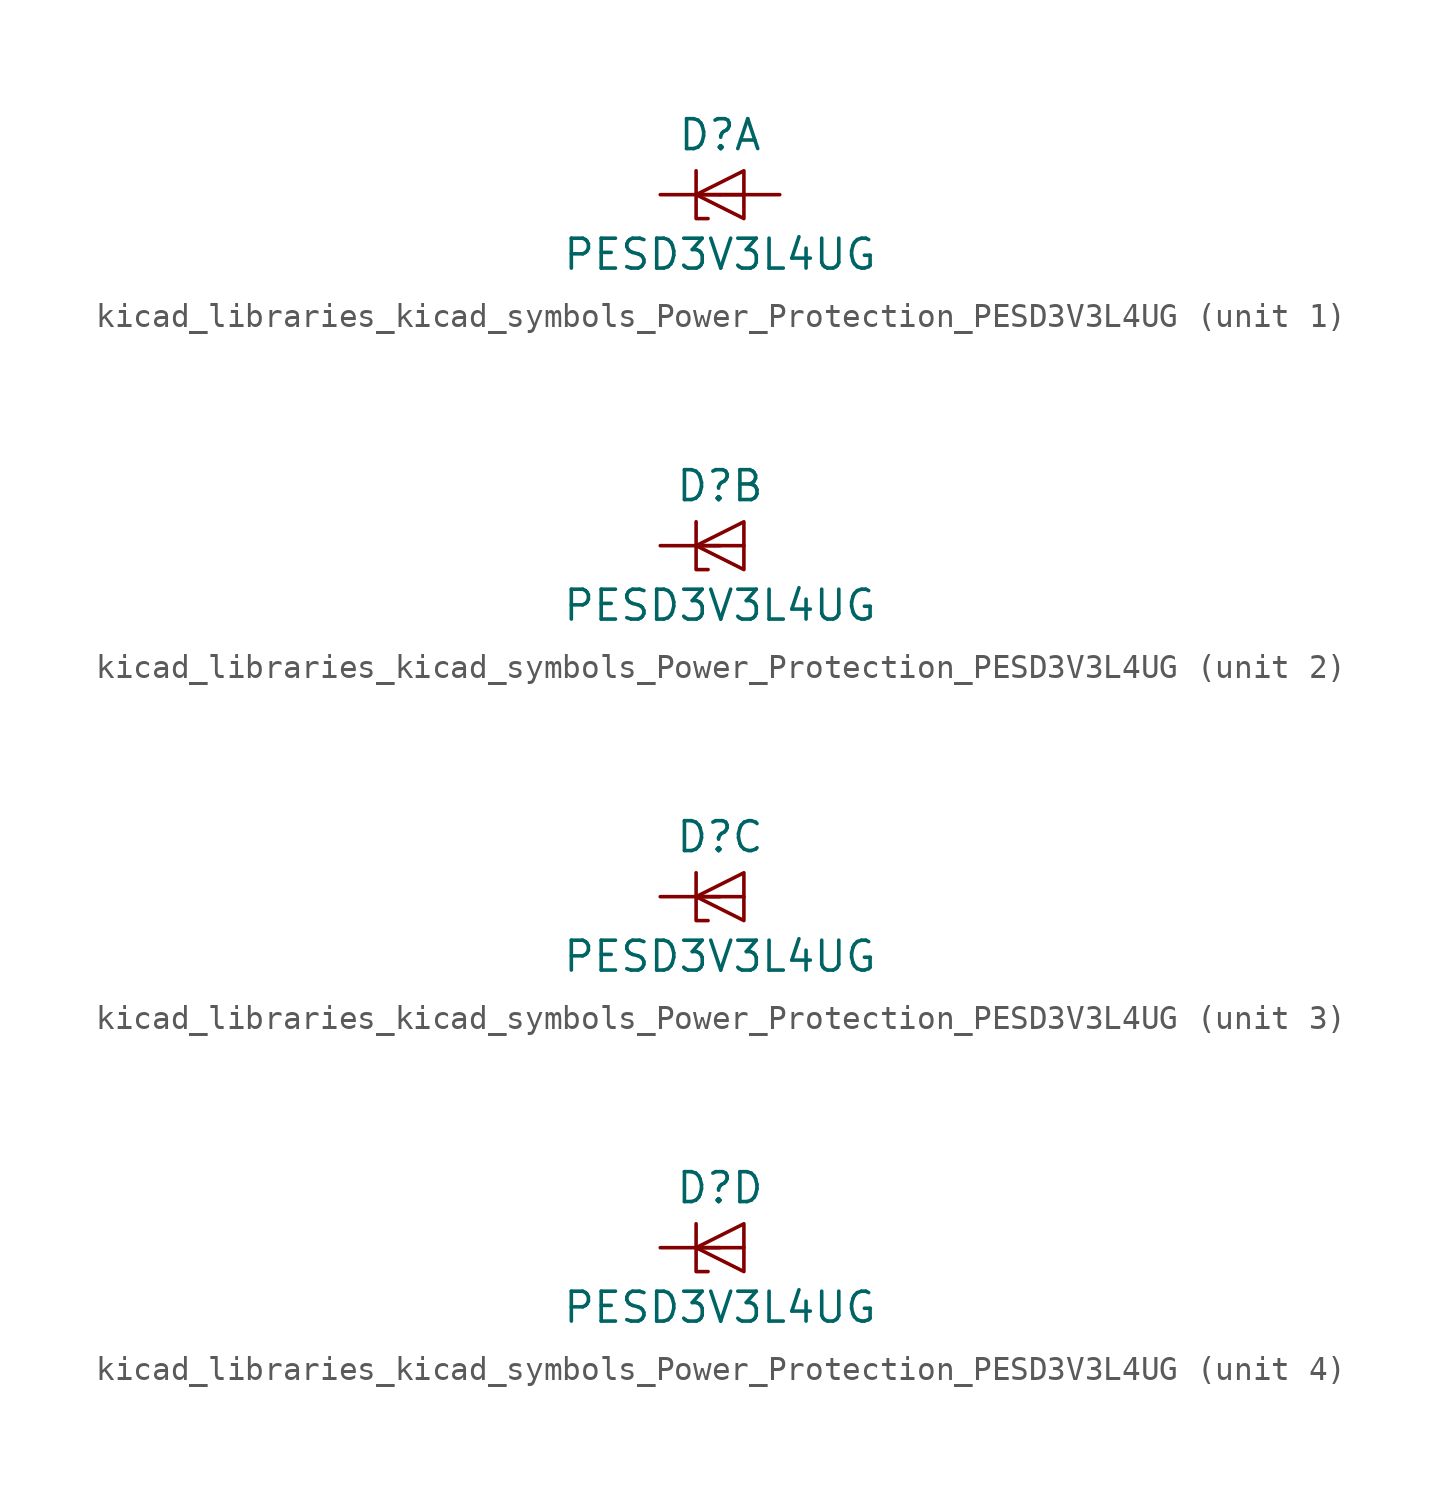
<source format=kicad_sym>
(kicad_symbol_lib
  (version 20220914)
  (generator kicad_symbol_editor)
  (symbol "kicad_libraries_kicad_symbols_Power_Protection_PESD3V3L4UG"
    (pin_numbers hide)
    (pin_names hide)
    (property "Reference" "D"
      (at 0 2.54 0)
      (effects (font (size 1.27 1.27))))
    (property "Value" "PESD3V3L4UG"
      (at 0 -2.54 0)
      (effects (font (size 1.27 1.27))))
    (property "ki_locked" ""
      (at 0 0 0)
      (effects (font (size 1.27 1.27))))
    (symbol "kicad_libraries_kicad_symbols_Power_Protection_PESD3V3L4UG_0_1"
      (polyline (pts (xy -1.016 0) (xy 1.016 0)) (stroke (width 0) (type default)) (fill (type none)))
      (polyline (pts (xy -1.016 1.016) (xy -1.016 -1.016) (xy -0.508 -1.016)) (stroke (width 0) (type default)) (fill (type none)))
      (polyline (pts (xy 1.016 1.016) (xy -1.016 0) (xy 1.016 -1.016) (xy 1.016 1.016)) (stroke (width 0) (type default)) (fill (type none))))
    (symbol "kicad_libraries_kicad_symbols_Power_Protection_PESD3V3L4UG_1_1"
      (pin passive line (at -2.54 0 0) (length 2.54) (name "K1" (effects (font (size 1.27 1.27)))) (number "1" (effects (font (size 1.27 1.27)))))
      (pin passive line (at 2.54 0 180) (length 2.54) (name "A" (effects (font (size 1.27 1.27)))) (number "2" (effects (font (size 1.27 1.27))))))
    (symbol "kicad_libraries_kicad_symbols_Power_Protection_PESD3V3L4UG_2_1"
      (pin passive line (at -2.54 0 0) (length 2.54) (name "K2" (effects (font (size 1.27 1.27)))) (number "3" (effects (font (size 1.27 1.27))))))
    (symbol "kicad_libraries_kicad_symbols_Power_Protection_PESD3V3L4UG_3_1"
      (pin passive line (at -2.54 0 0) (length 2.54) (name "K3" (effects (font (size 1.27 1.27)))) (number "4" (effects (font (size 1.27 1.27))))))
    (symbol "kicad_libraries_kicad_symbols_Power_Protection_PESD3V3L4UG_4_1"
      (pin passive line (at -2.54 0 0) (length 2.54) (name "K4" (effects (font (size 1.27 1.27)))) (number "5" (effects (font (size 1.27 1.27))))))))
</source>
